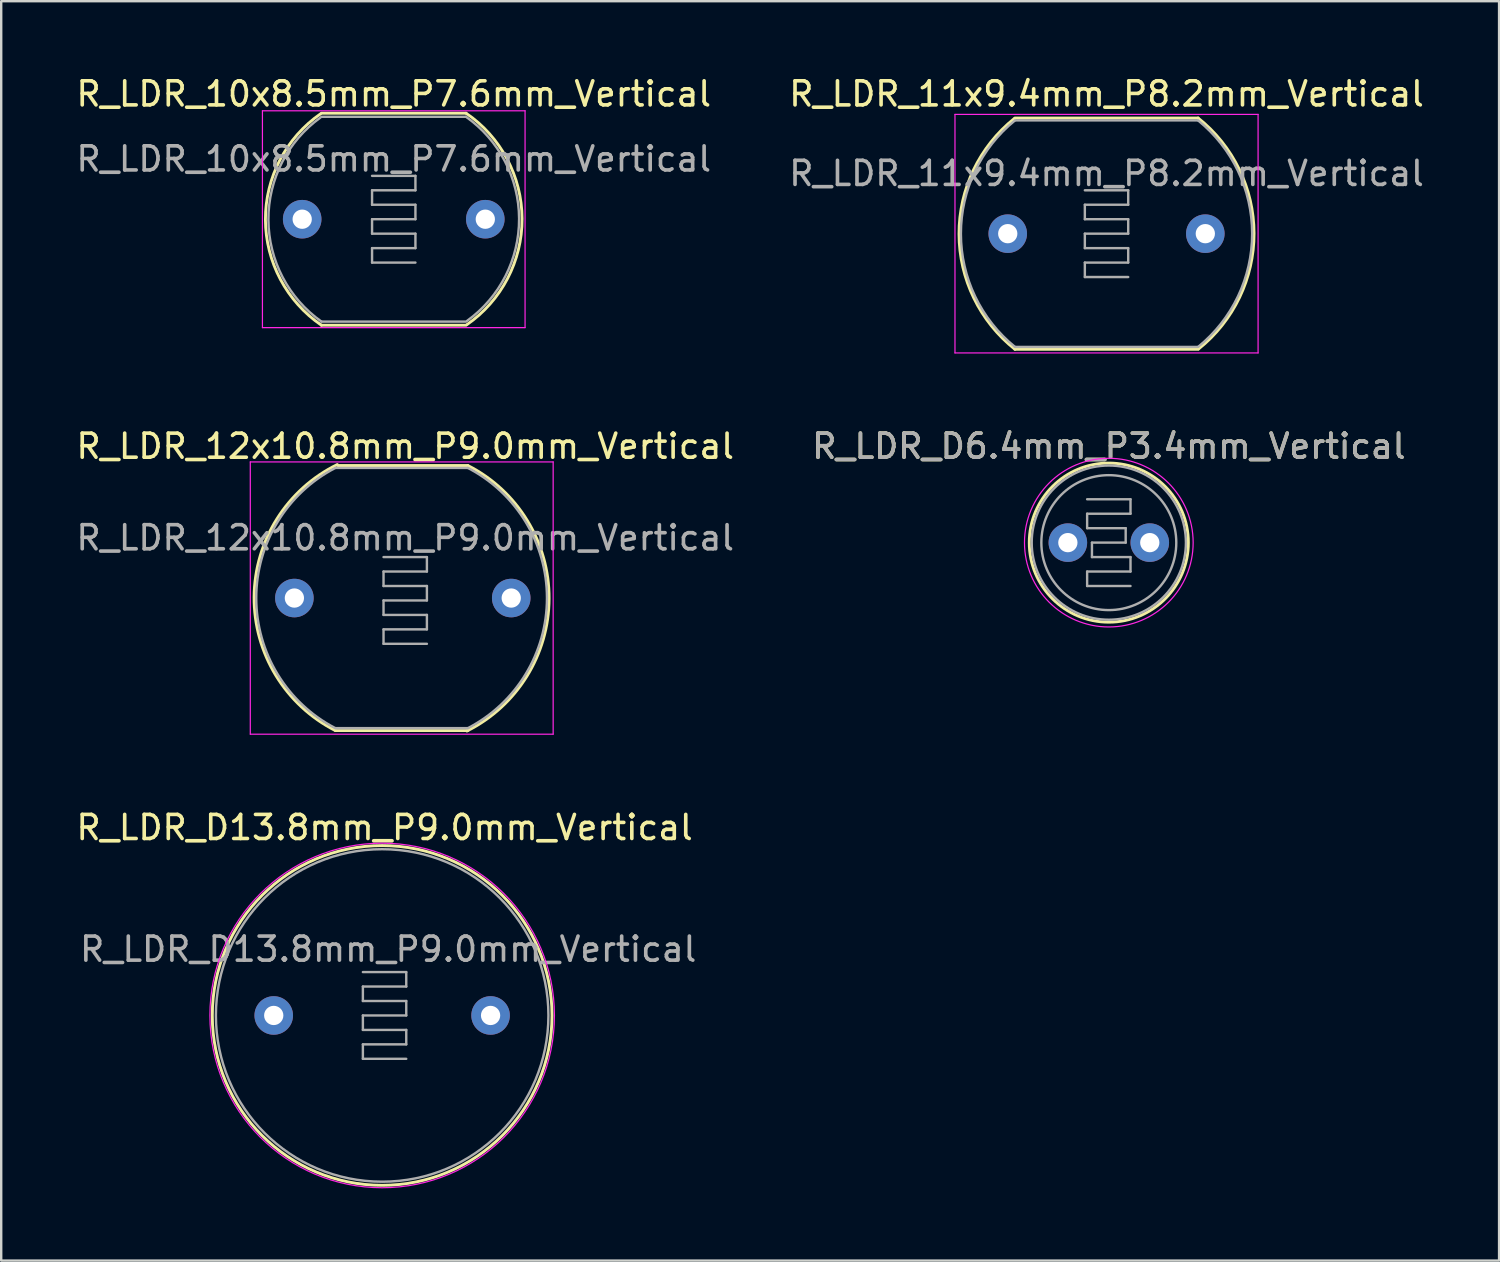
<source format=kicad_pcb>
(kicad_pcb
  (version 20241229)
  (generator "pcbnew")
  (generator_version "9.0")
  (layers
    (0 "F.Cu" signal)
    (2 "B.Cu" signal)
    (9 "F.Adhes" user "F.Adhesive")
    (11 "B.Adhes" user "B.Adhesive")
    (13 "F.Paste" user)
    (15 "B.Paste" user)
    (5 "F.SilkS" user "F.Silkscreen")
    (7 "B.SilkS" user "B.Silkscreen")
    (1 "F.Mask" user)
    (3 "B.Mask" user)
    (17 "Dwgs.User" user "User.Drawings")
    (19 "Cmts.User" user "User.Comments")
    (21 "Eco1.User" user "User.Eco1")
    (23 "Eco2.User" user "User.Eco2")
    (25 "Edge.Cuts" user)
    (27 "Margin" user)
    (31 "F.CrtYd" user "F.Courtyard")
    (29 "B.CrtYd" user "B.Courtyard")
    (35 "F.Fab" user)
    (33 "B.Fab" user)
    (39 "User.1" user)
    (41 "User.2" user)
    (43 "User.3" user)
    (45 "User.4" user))
  (footprint "R_LDR_D6.4mm_P3.4mm_Vertical"
    (layer "F.Cu")
    (at 41.27 19.471)
    (property "Reference" "R_LDR_D6.4mm_P3.4mm_Vertical" (at 1.7 -4 0) (layer "F.SilkS") (effects (font (size 1 1) (thickness 0.15))))
    (attr through_hole)
    (fp_circle (center 1.7 0) (end 5 -0.1) (stroke (width 0.12) (type solid)) (fill no) (layer "F.SilkS"))
    (fp_circle (center 1.7 0) (end 5.2 0) (stroke (width 0.05) (type solid)) (fill no) (layer "F.CrtYd"))
    (fp_line (start 0.8 -1.8) (end 2.6 -1.8) (stroke (width 0.1) (type solid)) (layer "F.Fab"))
    (fp_line (start 0.8 -1.2) (end 0.8 -0.6) (stroke (width 0.1) (type solid)) (layer "F.Fab"))
    (fp_line (start 0.8 1.2) (end 0.8 1.8) (stroke (width 0.1) (type solid)) (layer "F.Fab"))
    (fp_line (start 0.8 1.8) (end 2.6 1.8) (stroke (width 0.1) (type solid)) (layer "F.Fab"))
    (fp_line (start 1 0) (end 2.4 0) (stroke (width 0.1) (type solid)) (layer "F.Fab"))
    (fp_line (start 1 0.6) (end 1 0) (stroke (width 0.1) (type solid)) (layer "F.Fab"))
    (fp_line (start 2.4 -0.6) (end 0.8 -0.6) (stroke (width 0.1) (type solid)) (layer "F.Fab"))
    (fp_line (start 2.4 0) (end 2.4 -0.6) (stroke (width 0.1) (type solid)) (layer "F.Fab"))
    (fp_line (start 2.6 -1.8) (end 2.6 -1.2) (stroke (width 0.1) (type solid)) (layer "F.Fab"))
    (fp_line (start 2.6 -1.2) (end 0.8 -1.2) (stroke (width 0.1) (type solid)) (layer "F.Fab"))
    (fp_line (start 2.6 0.6) (end 1 0.6) (stroke (width 0.1) (type solid)) (layer "F.Fab"))
    (fp_line (start 2.6 0.6) (end 2.6 1.2) (stroke (width 0.1) (type solid)) (layer "F.Fab"))
    (fp_line (start 2.6 1.2) (end 0.8 1.2) (stroke (width 0.1) (type solid)) (layer "F.Fab"))
    (fp_circle (center 1.7 0) (end 4.5 0) (stroke (width 0.1) (type solid)) (fill no) (layer "F.Fab"))
    (fp_circle (center 1.7 0) (end 4.9 0) (stroke (width 0.1) (type solid)) (fill no) (layer "F.Fab"))
    (fp_text user "${REFERENCE}" (at 1.7 -4 0) (layer "F.Fab") (effects (font (size 1 1) (thickness 0.15))))
    (pad "1" thru_hole circle (at 0 0) (size 1.6 1.6) (drill 0.8) (layers "*.Cu" "*.Mask"))
    (pad "2" thru_hole circle (at 3.4 0) (size 1.6 1.6) (drill 0.8) (layers "*.Cu" "*.Mask")))
  (footprint "R_LDR_10x8.5mm_P7.6mm_Vertical"
    (layer "F.Cu")
    (at 9.492 6.048)
    (property "Reference" "R_LDR_10x8.5mm_P7.6mm_Vertical" (at 3.8 -5.2 0) (layer "F.SilkS") (effects (font (size 1 1) (thickness 0.15))))
    (attr through_hole)
    (fp_line (start 0.8 -4.4) (end 6.8 -4.4) (stroke (width 0.12) (type solid)) (layer "F.SilkS"))
    (fp_line (start 0.8 4.4) (end 6.8 4.4) (stroke (width 0.12) (type solid)) (layer "F.SilkS"))
    (fp_arc (start 0.8 4.4) (mid -1.525374 0.019809) (end 0.76735 -4.37756) (stroke (width 0.12) (type solid)) (layer "F.SilkS"))
    (fp_arc (start 6.8 -4.4) (mid 9.125374 -0.019809) (end 6.83265 4.37756) (stroke (width 0.12) (type solid)) (layer "F.SilkS"))
    (fp_line (start -1.65 -4.5) (end -1.65 4.5) (stroke (width 0.05) (type solid)) (layer "F.CrtYd"))
    (fp_line (start -1.65 -4.5) (end 9.25 -4.5) (stroke (width 0.05) (type solid)) (layer "F.CrtYd"))
    (fp_line (start 9.25 4.5) (end -1.65 4.5) (stroke (width 0.05) (type solid)) (layer "F.CrtYd"))
    (fp_line (start 9.25 4.5) (end 9.25 -4.5) (stroke (width 0.05) (type solid)) (layer "F.CrtYd"))
    (fp_line (start 0.8 -4.25) (end 6.8 -4.25) (stroke (width 0.1) (type solid)) (layer "F.Fab"))
    (fp_line (start 2.9 -1.8) (end 4.7 -1.8) (stroke (width 0.1) (type solid)) (layer "F.Fab"))
    (fp_line (start 2.9 -1.2) (end 2.9 -0.6) (stroke (width 0.1) (type solid)) (layer "F.Fab"))
    (fp_line (start 2.9 -0.6) (end 4.7 -0.6) (stroke (width 0.1) (type solid)) (layer "F.Fab"))
    (fp_line (start 2.9 0) (end 2.9 0.6) (stroke (width 0.1) (type solid)) (layer "F.Fab"))
    (fp_line (start 2.9 0.6) (end 4.7 0.6) (stroke (width 0.1) (type solid)) (layer "F.Fab"))
    (fp_line (start 2.9 1.2) (end 2.9 1.8) (stroke (width 0.1) (type solid)) (layer "F.Fab"))
    (fp_line (start 2.9 1.8) (end 4.7 1.8) (stroke (width 0.1) (type solid)) (layer "F.Fab"))
    (fp_line (start 4.7 -1.8) (end 4.7 -1.2) (stroke (width 0.1) (type solid)) (layer "F.Fab"))
    (fp_line (start 4.7 -1.2) (end 2.9 -1.2) (stroke (width 0.1) (type solid)) (layer "F.Fab"))
    (fp_line (start 4.7 -0.6) (end 4.7 0) (stroke (width 0.1) (type solid)) (layer "F.Fab"))
    (fp_line (start 4.7 0) (end 2.9 0) (stroke (width 0.1) (type solid)) (layer "F.Fab"))
    (fp_line (start 4.7 0.6) (end 4.7 1.2) (stroke (width 0.1) (type solid)) (layer "F.Fab"))
    (fp_line (start 4.7 1.2) (end 2.9 1.2) (stroke (width 0.1) (type solid)) (layer "F.Fab"))
    (fp_line (start 6.8 4.25) (end 0.8 4.25) (stroke (width 0.1) (type solid)) (layer "F.Fab"))
    (fp_arc (start 0.8 4.25) (mid -1.4021 0.025641) (end 0.758251 -4.22022) (stroke (width 0.1) (type solid)) (layer "F.Fab"))
    (fp_arc (start 6.8 -4.25) (mid 9.0021 -0.025641) (end 6.841749 4.22022) (stroke (width 0.1) (type solid)) (layer "F.Fab"))
    (fp_text user "${REFERENCE}" (at 3.8 -2.5 0) (layer "F.Fab") (effects (font (size 1 1) (thickness 0.15))))
    (pad "1" thru_hole circle (at 0 0) (size 1.6 1.6) (drill 0.8) (layers "*.Cu" "*.Mask"))
    (pad "2" thru_hole circle (at 7.6 0) (size 1.6 1.6) (drill 0.8) (layers "*.Cu" "*.Mask")))
  (footprint "R_LDR_12x10.8mm_P9.0mm_Vertical"
    (layer "F.Cu")
    (at 9.168 21.771)
    (property "Reference" "R_LDR_12x10.8mm_P9.0mm_Vertical" (at 4.6 -6.3 0) (layer "F.SilkS") (effects (font (size 1 1) (thickness 0.15))))
    (attr through_hole)
    (fp_line (start 1.8 -5.5) (end 7.2 -5.5) (stroke (width 0.12) (type solid)) (layer "F.SilkS"))
    (fp_line (start 7.2 5.5) (end 1.7 5.5) (stroke (width 0.12) (type solid)) (layer "F.SilkS"))
    (fp_arc (start 1.7 5.5) (mid -1.671546 -0.044886) (end 1.780295 -5.540145) (stroke (width 0.12) (type solid)) (layer "F.SilkS"))
    (fp_arc (start 7.2 -5.5) (mid 10.571669 0.022361) (end 7.160072 5.520145) (stroke (width 0.12) (type solid)) (layer "F.SilkS"))
    (fp_line (start -1.83 -5.65) (end -1.83 5.65) (stroke (width 0.05) (type solid)) (layer "F.CrtYd"))
    (fp_line (start -1.83 -5.65) (end 10.74 -5.65) (stroke (width 0.05) (type solid)) (layer "F.CrtYd"))
    (fp_line (start 10.74 5.65) (end -1.83 5.65) (stroke (width 0.05) (type solid)) (layer "F.CrtYd"))
    (fp_line (start 10.74 5.65) (end 10.74 -5.65) (stroke (width 0.05) (type solid)) (layer "F.CrtYd"))
    (fp_line (start 1.7 -5.4) (end 7.2 -5.4) (stroke (width 0.1) (type solid)) (layer "F.Fab"))
    (fp_line (start 3.7 -1.7) (end 5.5 -1.7) (stroke (width 0.1) (type solid)) (layer "F.Fab"))
    (fp_line (start 3.7 -1.1) (end 3.7 -0.5) (stroke (width 0.1) (type solid)) (layer "F.Fab"))
    (fp_line (start 3.7 -0.5) (end 5.5 -0.5) (stroke (width 0.1) (type solid)) (layer "F.Fab"))
    (fp_line (start 3.7 0.1) (end 3.7 0.7) (stroke (width 0.1) (type solid)) (layer "F.Fab"))
    (fp_line (start 3.7 0.7) (end 5.5 0.7) (stroke (width 0.1) (type solid)) (layer "F.Fab"))
    (fp_line (start 3.7 1.3) (end 3.7 1.9) (stroke (width 0.1) (type solid)) (layer "F.Fab"))
    (fp_line (start 3.7 1.9) (end 5.5 1.9) (stroke (width 0.1) (type solid)) (layer "F.Fab"))
    (fp_line (start 5.5 -1.7) (end 5.5 -1.1) (stroke (width 0.1) (type solid)) (layer "F.Fab"))
    (fp_line (start 5.5 -1.1) (end 3.7 -1.1) (stroke (width 0.1) (type solid)) (layer "F.Fab"))
    (fp_line (start 5.5 -0.5) (end 5.5 0.1) (stroke (width 0.1) (type solid)) (layer "F.Fab"))
    (fp_line (start 5.5 0.1) (end 3.7 0.1) (stroke (width 0.1) (type solid)) (layer "F.Fab"))
    (fp_line (start 5.5 0.7) (end 5.5 1.3) (stroke (width 0.1) (type solid)) (layer "F.Fab"))
    (fp_line (start 5.5 1.3) (end 3.7 1.3) (stroke (width 0.1) (type solid)) (layer "F.Fab"))
    (fp_line (start 7.2 5.4) (end 1.7 5.4) (stroke (width 0.1) (type solid)) (layer "F.Fab"))
    (fp_arc (start 1.7 5.4) (mid -1.582763 0) (end 1.7 -5.4) (stroke (width 0.1) (type solid)) (layer "F.Fab"))
    (fp_arc (start 7.2 -5.4) (mid 10.482763 0) (end 7.2 5.4) (stroke (width 0.1) (type solid)) (layer "F.Fab"))
    (fp_text user "${REFERENCE}" (at 4.6 -2.5 0) (layer "F.Fab") (effects (font (size 1 1) (thickness 0.15))))
    (pad "1" thru_hole circle (at 0 0) (size 1.6 1.6) (drill 0.8) (layers "*.Cu" "*.Mask"))
    (pad "2" thru_hole circle (at 9 0) (size 1.6 1.6) (drill 0.8) (layers "*.Cu" "*.Mask")))
  (footprint "R_LDR_D13.8mm_P9.0mm_Vertical"
    (layer "F.Cu")
    (at 8.311 39.095)
    (property "Reference" "R_LDR_D13.8mm_P9.0mm_Vertical" (at 4.6 -7.8 0) (layer "F.SilkS") (effects (font (size 1 1) (thickness 0.15))))
    (attr through_hole)
    (fp_circle (center 4.5 0) (end -2.55 0) (stroke (width 0.12) (type solid)) (fill no) (layer "F.SilkS"))
    (fp_circle (center 4.5 0) (end -2.65 0) (stroke (width 0.05) (type solid)) (fill no) (layer "F.CrtYd"))
    (fp_line (start 3.7 -1.8) (end 5.5 -1.8) (stroke (width 0.1) (type solid)) (layer "F.Fab"))
    (fp_line (start 3.7 -1.2) (end 3.7 -0.6) (stroke (width 0.1) (type solid)) (layer "F.Fab"))
    (fp_line (start 3.7 -0.6) (end 5.5 -0.6) (stroke (width 0.1) (type solid)) (layer "F.Fab"))
    (fp_line (start 3.7 0) (end 3.7 0.6) (stroke (width 0.1) (type solid)) (layer "F.Fab"))
    (fp_line (start 3.7 0.6) (end 5.5 0.6) (stroke (width 0.1) (type solid)) (layer "F.Fab"))
    (fp_line (start 3.7 1.2) (end 3.7 1.8) (stroke (width 0.1) (type solid)) (layer "F.Fab"))
    (fp_line (start 3.7 1.8) (end 5.5 1.8) (stroke (width 0.1) (type solid)) (layer "F.Fab"))
    (fp_line (start 5.5 -1.8) (end 5.5 -1.2) (stroke (width 0.1) (type solid)) (layer "F.Fab"))
    (fp_line (start 5.5 -1.2) (end 3.7 -1.2) (stroke (width 0.1) (type solid)) (layer "F.Fab"))
    (fp_line (start 5.5 -0.6) (end 5.5 0) (stroke (width 0.1) (type solid)) (layer "F.Fab"))
    (fp_line (start 5.5 0) (end 3.7 0) (stroke (width 0.1) (type solid)) (layer "F.Fab"))
    (fp_line (start 5.5 0.6) (end 5.5 1.2) (stroke (width 0.1) (type solid)) (layer "F.Fab"))
    (fp_line (start 5.5 1.2) (end 3.7 1.2) (stroke (width 0.1) (type solid)) (layer "F.Fab"))
    (fp_circle (center 4.5 0) (end -2.4 0) (stroke (width 0.1) (type solid)) (fill no) (layer "F.Fab"))
    (fp_text user "${REFERENCE}" (at 4.75 -2.75 0) (layer "F.Fab") (effects (font (size 1 1) (thickness 0.15))))
    (pad "1" thru_hole circle (at 0 0) (size 1.6 1.6) (drill 0.8) (layers "*.Cu" "*.Mask"))
    (pad "2" thru_hole circle (at 9 0) (size 1.6 1.6) (drill 0.8) (layers "*.Cu" "*.Mask")))
  (footprint "R_LDR_11x9.4mm_P8.2mm_Vertical"
    (layer "F.Cu")
    (at 38.775 6.648)
    (property "Reference" "R_LDR_11x9.4mm_P8.2mm_Vertical" (at 4.1 -5.8 0) (layer "F.SilkS") (effects (font (size 1 1) (thickness 0.15))))
    (attr through_hole)
    (fp_line (start 0.3 -4.8) (end 7.9 -4.8) (stroke (width 0.12) (type solid)) (layer "F.SilkS"))
    (fp_line (start 7.9 4.8) (end 0.3 4.8) (stroke (width 0.12) (type solid)) (layer "F.SilkS"))
    (fp_arc (start 0.3 4.8) (mid -2.022075 0.014159) (end 0.277838 -4.782371) (stroke (width 0.12) (type solid)) (layer "F.SilkS"))
    (fp_arc (start 7.9 -4.8) (mid 10.222075 -0.014159) (end 7.922162 4.782371) (stroke (width 0.12) (type solid)) (layer "F.SilkS"))
    (fp_line (start -2.19 -4.95) (end -2.19 4.95) (stroke (width 0.05) (type solid)) (layer "F.CrtYd"))
    (fp_line (start -2.19 -4.95) (end 10.39 -4.95) (stroke (width 0.05) (type solid)) (layer "F.CrtYd"))
    (fp_line (start 10.39 4.95) (end -2.19 4.95) (stroke (width 0.05) (type solid)) (layer "F.CrtYd"))
    (fp_line (start 10.39 4.95) (end 10.39 -4.95) (stroke (width 0.05) (type solid)) (layer "F.CrtYd"))
    (fp_line (start 0.3 -4.7) (end 7.9 -4.7) (stroke (width 0.1) (type solid)) (layer "F.Fab"))
    (fp_line (start 3.2 -1.8) (end 5 -1.8) (stroke (width 0.1) (type solid)) (layer "F.Fab"))
    (fp_line (start 3.2 -1.2) (end 3.2 -0.6) (stroke (width 0.1) (type solid)) (layer "F.Fab"))
    (fp_line (start 3.2 -0.6) (end 5 -0.6) (stroke (width 0.1) (type solid)) (layer "F.Fab"))
    (fp_line (start 3.2 0) (end 3.2 0.6) (stroke (width 0.1) (type solid)) (layer "F.Fab"))
    (fp_line (start 3.2 0.6) (end 5 0.6) (stroke (width 0.1) (type solid)) (layer "F.Fab"))
    (fp_line (start 3.2 1.2) (end 3.2 1.8) (stroke (width 0.1) (type solid)) (layer "F.Fab"))
    (fp_line (start 3.2 1.8) (end 5 1.8) (stroke (width 0.1) (type solid)) (layer "F.Fab"))
    (fp_line (start 5 -1.8) (end 5 -1.2) (stroke (width 0.1) (type solid)) (layer "F.Fab"))
    (fp_line (start 5 -1.2) (end 3.2 -1.2) (stroke (width 0.1) (type solid)) (layer "F.Fab"))
    (fp_line (start 5 -0.6) (end 5 0) (stroke (width 0.1) (type solid)) (layer "F.Fab"))
    (fp_line (start 5 0) (end 3.2 0) (stroke (width 0.1) (type solid)) (layer "F.Fab"))
    (fp_line (start 5 0.6) (end 5 1.2) (stroke (width 0.1) (type solid)) (layer "F.Fab"))
    (fp_line (start 5 1.2) (end 3.2 1.2) (stroke (width 0.1) (type solid)) (layer "F.Fab"))
    (fp_line (start 7.9 4.7) (end 0.3 4.7) (stroke (width 0.1) (type solid)) (layer "F.Fab"))
    (fp_arc (start 0.3 4.7) (mid -1.944004 0.004651) (end 0.292771 -4.694146) (stroke (width 0.1) (type solid)) (layer "F.Fab"))
    (fp_arc (start 7.9 -4.7) (mid 10.144004 -0.004651) (end 7.907229 4.694146) (stroke (width 0.1) (type solid)) (layer "F.Fab"))
    (fp_text user "${REFERENCE}" (at 4.1 -2.5 0) (layer "F.Fab") (effects (font (size 1 1) (thickness 0.15))))
    (pad "1" thru_hole circle (at 0 0) (size 1.6 1.6) (drill 0.8) (layers "*.Cu" "*.Mask"))
    (pad "2" thru_hole circle (at 8.2 0) (size 1.6 1.6) (drill 0.8) (layers "*.Cu" "*.Mask")))
  (gr_rect
    (start -3 -3)
    (end 59.167 49.27)
    (stroke (width 0.1) (type default))
    (fill no)
    (layer "Edge.Cuts")))
</source>
